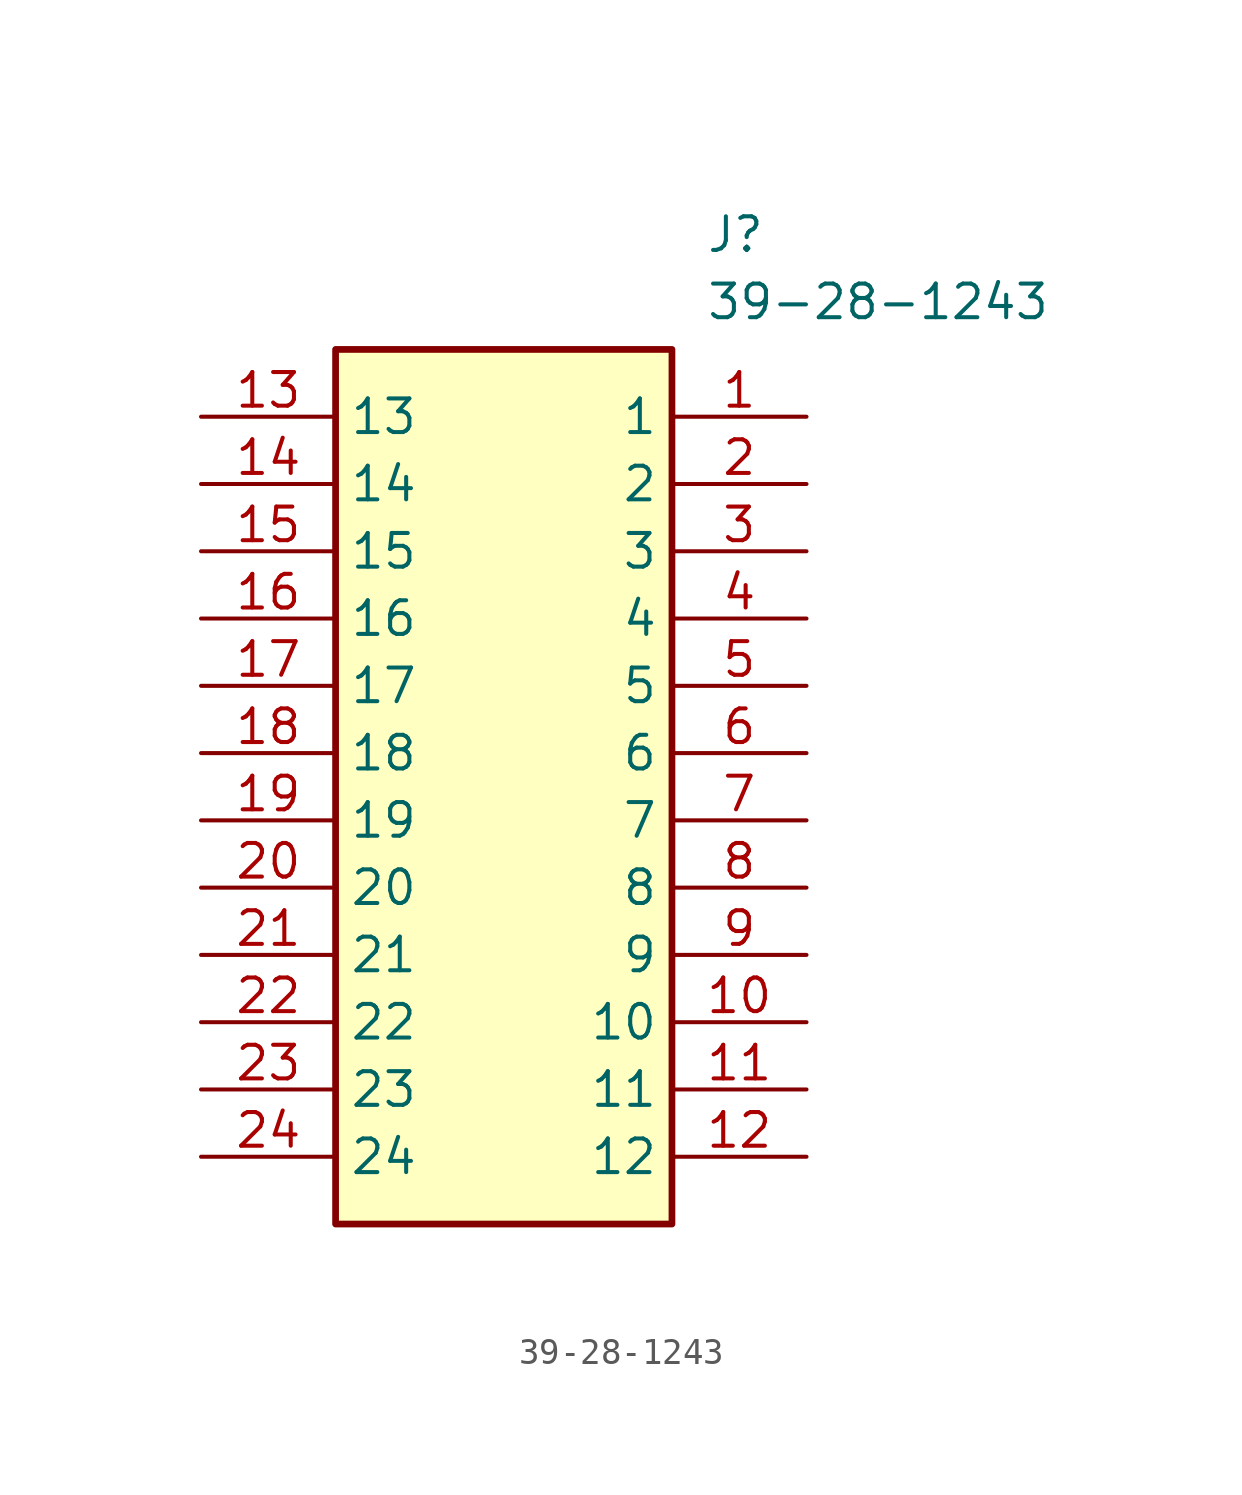
<source format=kicad_sym>
(kicad_symbol_lib
  (version 20211014)
  (generator SamacSys_ECAD_Model)
  (symbol "39-28-1243"
    (property "Reference" "J"
      (at 19.05 7.62 0)
      (effects (font (size 1.27 1.27)) (justify left top)))
    (property "Value" "39-28-1243"
      (at 19.05 5.08 0)
      (effects (font (size 1.27 1.27)) (justify left top)))
    (rectangle
      (start 5.08 2.54)
      (end 17.78 -30.48)
      (stroke (width 0.254) (type default))
      (fill (type background)))
    (pin passive line
      (at 22.86 0 180)
      (length 5.08)
      (name "1" (effects (font (size 1.27 1.27))))
      (number "1" (effects (font (size 1.27 1.27)))))
    (pin passive line
      (at 22.86 -2.54 180)
      (length 5.08)
      (name "2" (effects (font (size 1.27 1.27))))
      (number "2" (effects (font (size 1.27 1.27)))))
    (pin passive line
      (at 22.86 -5.08 180)
      (length 5.08)
      (name "3" (effects (font (size 1.27 1.27))))
      (number "3" (effects (font (size 1.27 1.27)))))
    (pin passive line
      (at 22.86 -7.62 180)
      (length 5.08)
      (name "4" (effects (font (size 1.27 1.27))))
      (number "4" (effects (font (size 1.27 1.27)))))
    (pin passive line
      (at 22.86 -10.16 180)
      (length 5.08)
      (name "5" (effects (font (size 1.27 1.27))))
      (number "5" (effects (font (size 1.27 1.27)))))
    (pin passive line
      (at 22.86 -12.7 180)
      (length 5.08)
      (name "6" (effects (font (size 1.27 1.27))))
      (number "6" (effects (font (size 1.27 1.27)))))
    (pin passive line
      (at 22.86 -15.24 180)
      (length 5.08)
      (name "7" (effects (font (size 1.27 1.27))))
      (number "7" (effects (font (size 1.27 1.27)))))
    (pin passive line
      (at 22.86 -17.78 180)
      (length 5.08)
      (name "8" (effects (font (size 1.27 1.27))))
      (number "8" (effects (font (size 1.27 1.27)))))
    (pin passive line
      (at 22.86 -20.32 180)
      (length 5.08)
      (name "9" (effects (font (size 1.27 1.27))))
      (number "9" (effects (font (size 1.27 1.27)))))
    (pin passive line
      (at 22.86 -22.86 180)
      (length 5.08)
      (name "10" (effects (font (size 1.27 1.27))))
      (number "10" (effects (font (size 1.27 1.27)))))
    (pin passive line
      (at 22.86 -25.4 180)
      (length 5.08)
      (name "11" (effects (font (size 1.27 1.27))))
      (number "11" (effects (font (size 1.27 1.27)))))
    (pin passive line
      (at 22.86 -27.94 180)
      (length 5.08)
      (name "12" (effects (font (size 1.27 1.27))))
      (number "12" (effects (font (size 1.27 1.27)))))
    (pin passive line
      (at 0 0 0)
      (length 5.08)
      (name "13" (effects (font (size 1.27 1.27))))
      (number "13" (effects (font (size 1.27 1.27)))))
    (pin passive line
      (at 0 -2.54 0)
      (length 5.08)
      (name "14" (effects (font (size 1.27 1.27))))
      (number "14" (effects (font (size 1.27 1.27)))))
    (pin passive line
      (at 0 -5.08 0)
      (length 5.08)
      (name "15" (effects (font (size 1.27 1.27))))
      (number "15" (effects (font (size 1.27 1.27)))))
    (pin passive line
      (at 0 -7.62 0)
      (length 5.08)
      (name "16" (effects (font (size 1.27 1.27))))
      (number "16" (effects (font (size 1.27 1.27)))))
    (pin passive line
      (at 0 -10.16 0)
      (length 5.08)
      (name "17" (effects (font (size 1.27 1.27))))
      (number "17" (effects (font (size 1.27 1.27)))))
    (pin passive line
      (at 0 -12.7 0)
      (length 5.08)
      (name "18" (effects (font (size 1.27 1.27))))
      (number "18" (effects (font (size 1.27 1.27)))))
    (pin passive line
      (at 0 -15.24 0)
      (length 5.08)
      (name "19" (effects (font (size 1.27 1.27))))
      (number "19" (effects (font (size 1.27 1.27)))))
    (pin passive line
      (at 0 -17.78 0)
      (length 5.08)
      (name "20" (effects (font (size 1.27 1.27))))
      (number "20" (effects (font (size 1.27 1.27)))))
    (pin passive line
      (at 0 -20.32 0)
      (length 5.08)
      (name "21" (effects (font (size 1.27 1.27))))
      (number "21" (effects (font (size 1.27 1.27)))))
    (pin passive line
      (at 0 -22.86 0)
      (length 5.08)
      (name "22" (effects (font (size 1.27 1.27))))
      (number "22" (effects (font (size 1.27 1.27)))))
    (pin passive line
      (at 0 -25.4 0)
      (length 5.08)
      (name "23" (effects (font (size 1.27 1.27))))
      (number "23" (effects (font (size 1.27 1.27)))))
    (pin passive line
      (at 0 -27.94 0)
      (length 5.08)
      (name "24" (effects (font (size 1.27 1.27))))
      (number "24" (effects (font (size 1.27 1.27)))))))
</source>
